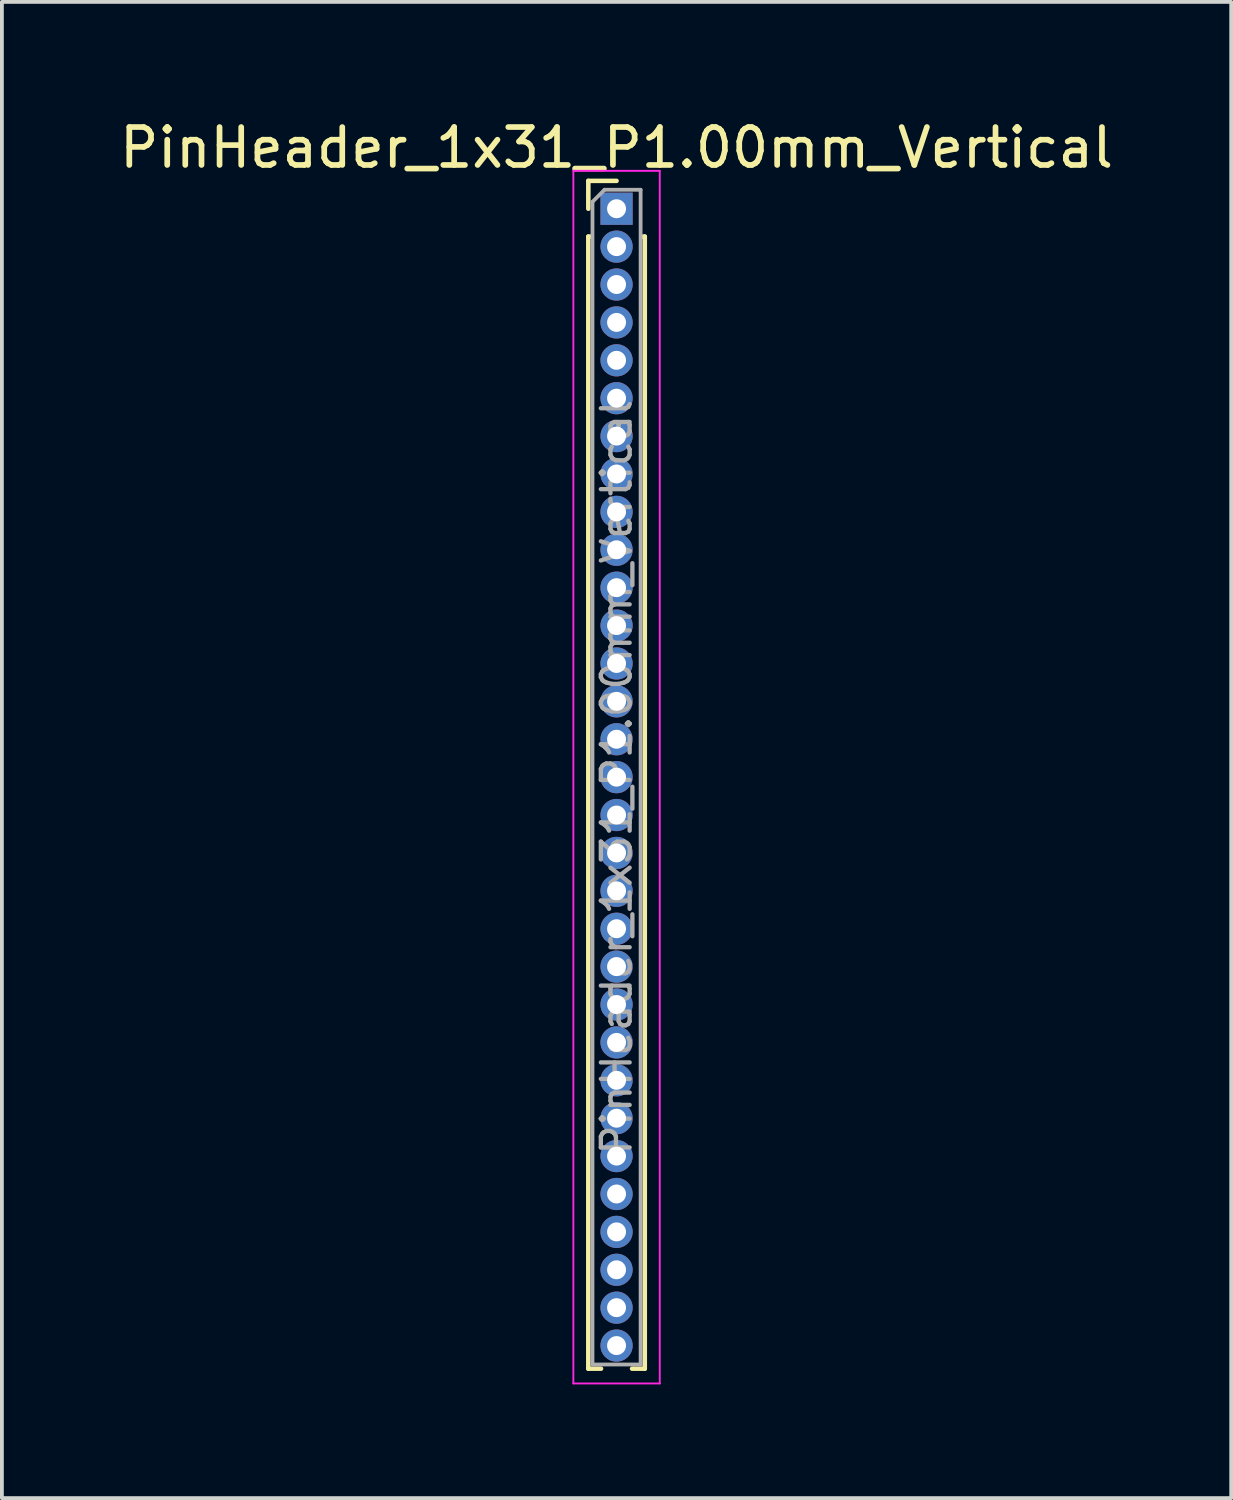
<source format=kicad_pcb>
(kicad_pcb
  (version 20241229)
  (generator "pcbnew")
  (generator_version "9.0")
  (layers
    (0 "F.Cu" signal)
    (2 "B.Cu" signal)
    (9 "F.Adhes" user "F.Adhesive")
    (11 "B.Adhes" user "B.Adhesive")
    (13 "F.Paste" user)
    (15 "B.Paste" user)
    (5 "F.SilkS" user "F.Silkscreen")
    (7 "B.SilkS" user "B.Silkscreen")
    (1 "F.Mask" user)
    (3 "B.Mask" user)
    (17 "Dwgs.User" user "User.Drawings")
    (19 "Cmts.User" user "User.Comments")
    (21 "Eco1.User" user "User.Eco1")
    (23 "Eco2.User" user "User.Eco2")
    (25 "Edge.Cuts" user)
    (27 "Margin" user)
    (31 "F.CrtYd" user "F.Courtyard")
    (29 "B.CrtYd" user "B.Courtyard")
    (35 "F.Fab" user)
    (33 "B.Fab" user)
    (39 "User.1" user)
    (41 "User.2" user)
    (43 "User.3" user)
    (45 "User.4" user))
  (footprint "PinHeader_1x31_P1.00mm_Vertical"
    (layer "F.Cu")
    (at 13.22 2.458)
    (property "Reference" "PinHeader_1x31_P1.00mm_Vertical" (at 0 -1.61 0) (layer "F.SilkS") (effects (font (size 1 1) (thickness 0.15))))
    (attr through_hole)
    (fp_line (start -0.745 -0.735) (end 0 -0.735) (stroke (width 0.12) (type solid)) (layer "F.SilkS"))
    (fp_line (start -0.745 0) (end -0.745 -0.735) (stroke (width 0.12) (type solid)) (layer "F.SilkS"))
    (fp_line (start -0.745 0.735) (end -0.745 30.61) (stroke (width 0.12) (type solid)) (layer "F.SilkS"))
    (fp_line (start -0.745 0.735) (end -0.686 0.735) (stroke (width 0.12) (type solid)) (layer "F.SilkS"))
    (fp_line (start -0.745 30.61) (end -0.41 30.61) (stroke (width 0.12) (type solid)) (layer "F.SilkS"))
    (fp_line (start 0.41 30.61) (end 0.745 30.61) (stroke (width 0.12) (type solid)) (layer "F.SilkS"))
    (fp_line (start 0.686 0.735) (end 0.745 0.735) (stroke (width 0.12) (type solid)) (layer "F.SilkS"))
    (fp_line (start 0.745 0.735) (end 0.745 30.61) (stroke (width 0.12) (type solid)) (layer "F.SilkS"))
    (fp_line (start -1.14 -1) (end -1.14 31) (stroke (width 0.05) (type solid)) (layer "F.CrtYd"))
    (fp_line (start -1.14 31) (end 1.14 31) (stroke (width 0.05) (type solid)) (layer "F.CrtYd"))
    (fp_line (start 1.14 -1) (end -1.14 -1) (stroke (width 0.05) (type solid)) (layer "F.CrtYd"))
    (fp_line (start 1.14 31) (end 1.14 -1) (stroke (width 0.05) (type solid)) (layer "F.CrtYd"))
    (fp_line (start -0.635 -0.182) (end -0.318 -0.5) (stroke (width 0.1) (type solid)) (layer "F.Fab"))
    (fp_line (start -0.635 30.5) (end -0.635 -0.182) (stroke (width 0.1) (type solid)) (layer "F.Fab"))
    (fp_line (start -0.318 -0.5) (end 0.635 -0.5) (stroke (width 0.1) (type solid)) (layer "F.Fab"))
    (fp_line (start 0.635 -0.5) (end 0.635 30.5) (stroke (width 0.1) (type solid)) (layer "F.Fab"))
    (fp_line (start 0.635 30.5) (end -0.635 30.5) (stroke (width 0.1) (type solid)) (layer "F.Fab"))
    (fp_text user "${REFERENCE}" (at 0 15 90) (layer "F.Fab") (effects (font (size 0.76 0.76) (thickness 0.114))))
    (pad "1" thru_hole rect (at 0 0) (size 0.85 0.85) (drill 0.5) (layers "*.Cu" "*.Mask"))
    (pad "2" thru_hole circle (at 0 1) (size 0.85 0.85) (drill 0.5) (layers "*.Cu" "*.Mask"))
    (pad "3" thru_hole circle (at 0 2) (size 0.85 0.85) (drill 0.5) (layers "*.Cu" "*.Mask"))
    (pad "4" thru_hole circle (at 0 3) (size 0.85 0.85) (drill 0.5) (layers "*.Cu" "*.Mask"))
    (pad "5" thru_hole circle (at 0 4) (size 0.85 0.85) (drill 0.5) (layers "*.Cu" "*.Mask"))
    (pad "6" thru_hole circle (at 0 5) (size 0.85 0.85) (drill 0.5) (layers "*.Cu" "*.Mask"))
    (pad "7" thru_hole circle (at 0 6) (size 0.85 0.85) (drill 0.5) (layers "*.Cu" "*.Mask"))
    (pad "8" thru_hole circle (at 0 7) (size 0.85 0.85) (drill 0.5) (layers "*.Cu" "*.Mask"))
    (pad "9" thru_hole circle (at 0 8) (size 0.85 0.85) (drill 0.5) (layers "*.Cu" "*.Mask"))
    (pad "10" thru_hole circle (at 0 9) (size 0.85 0.85) (drill 0.5) (layers "*.Cu" "*.Mask"))
    (pad "11" thru_hole circle (at 0 10) (size 0.85 0.85) (drill 0.5) (layers "*.Cu" "*.Mask"))
    (pad "12" thru_hole circle (at 0 11) (size 0.85 0.85) (drill 0.5) (layers "*.Cu" "*.Mask"))
    (pad "13" thru_hole circle (at 0 12) (size 0.85 0.85) (drill 0.5) (layers "*.Cu" "*.Mask"))
    (pad "14" thru_hole circle (at 0 13) (size 0.85 0.85) (drill 0.5) (layers "*.Cu" "*.Mask"))
    (pad "15" thru_hole circle (at 0 14) (size 0.85 0.85) (drill 0.5) (layers "*.Cu" "*.Mask"))
    (pad "16" thru_hole circle (at 0 15) (size 0.85 0.85) (drill 0.5) (layers "*.Cu" "*.Mask"))
    (pad "17" thru_hole circle (at 0 16) (size 0.85 0.85) (drill 0.5) (layers "*.Cu" "*.Mask"))
    (pad "18" thru_hole circle (at 0 17) (size 0.85 0.85) (drill 0.5) (layers "*.Cu" "*.Mask"))
    (pad "19" thru_hole circle (at 0 18) (size 0.85 0.85) (drill 0.5) (layers "*.Cu" "*.Mask"))
    (pad "20" thru_hole circle (at 0 19) (size 0.85 0.85) (drill 0.5) (layers "*.Cu" "*.Mask"))
    (pad "21" thru_hole circle (at 0 20) (size 0.85 0.85) (drill 0.5) (layers "*.Cu" "*.Mask"))
    (pad "22" thru_hole circle (at 0 21) (size 0.85 0.85) (drill 0.5) (layers "*.Cu" "*.Mask"))
    (pad "23" thru_hole circle (at 0 22) (size 0.85 0.85) (drill 0.5) (layers "*.Cu" "*.Mask"))
    (pad "24" thru_hole circle (at 0 23) (size 0.85 0.85) (drill 0.5) (layers "*.Cu" "*.Mask"))
    (pad "25" thru_hole circle (at 0 24) (size 0.85 0.85) (drill 0.5) (layers "*.Cu" "*.Mask"))
    (pad "26" thru_hole circle (at 0 25) (size 0.85 0.85) (drill 0.5) (layers "*.Cu" "*.Mask"))
    (pad "27" thru_hole circle (at 0 26) (size 0.85 0.85) (drill 0.5) (layers "*.Cu" "*.Mask"))
    (pad "28" thru_hole circle (at 0 27) (size 0.85 0.85) (drill 0.5) (layers "*.Cu" "*.Mask"))
    (pad "29" thru_hole circle (at 0 28) (size 0.85 0.85) (drill 0.5) (layers "*.Cu" "*.Mask"))
    (pad "30" thru_hole circle (at 0 29) (size 0.85 0.85) (drill 0.5) (layers "*.Cu" "*.Mask"))
    (pad "31" thru_hole circle (at 0 30) (size 0.85 0.85) (drill 0.5) (layers "*.Cu" "*.Mask")))
  (gr_rect
    (start -3 -3)
    (end 29.44 36.483)
    (stroke (width 0.1) (type default))
    (fill no)
    (layer "Edge.Cuts")))
</source>
